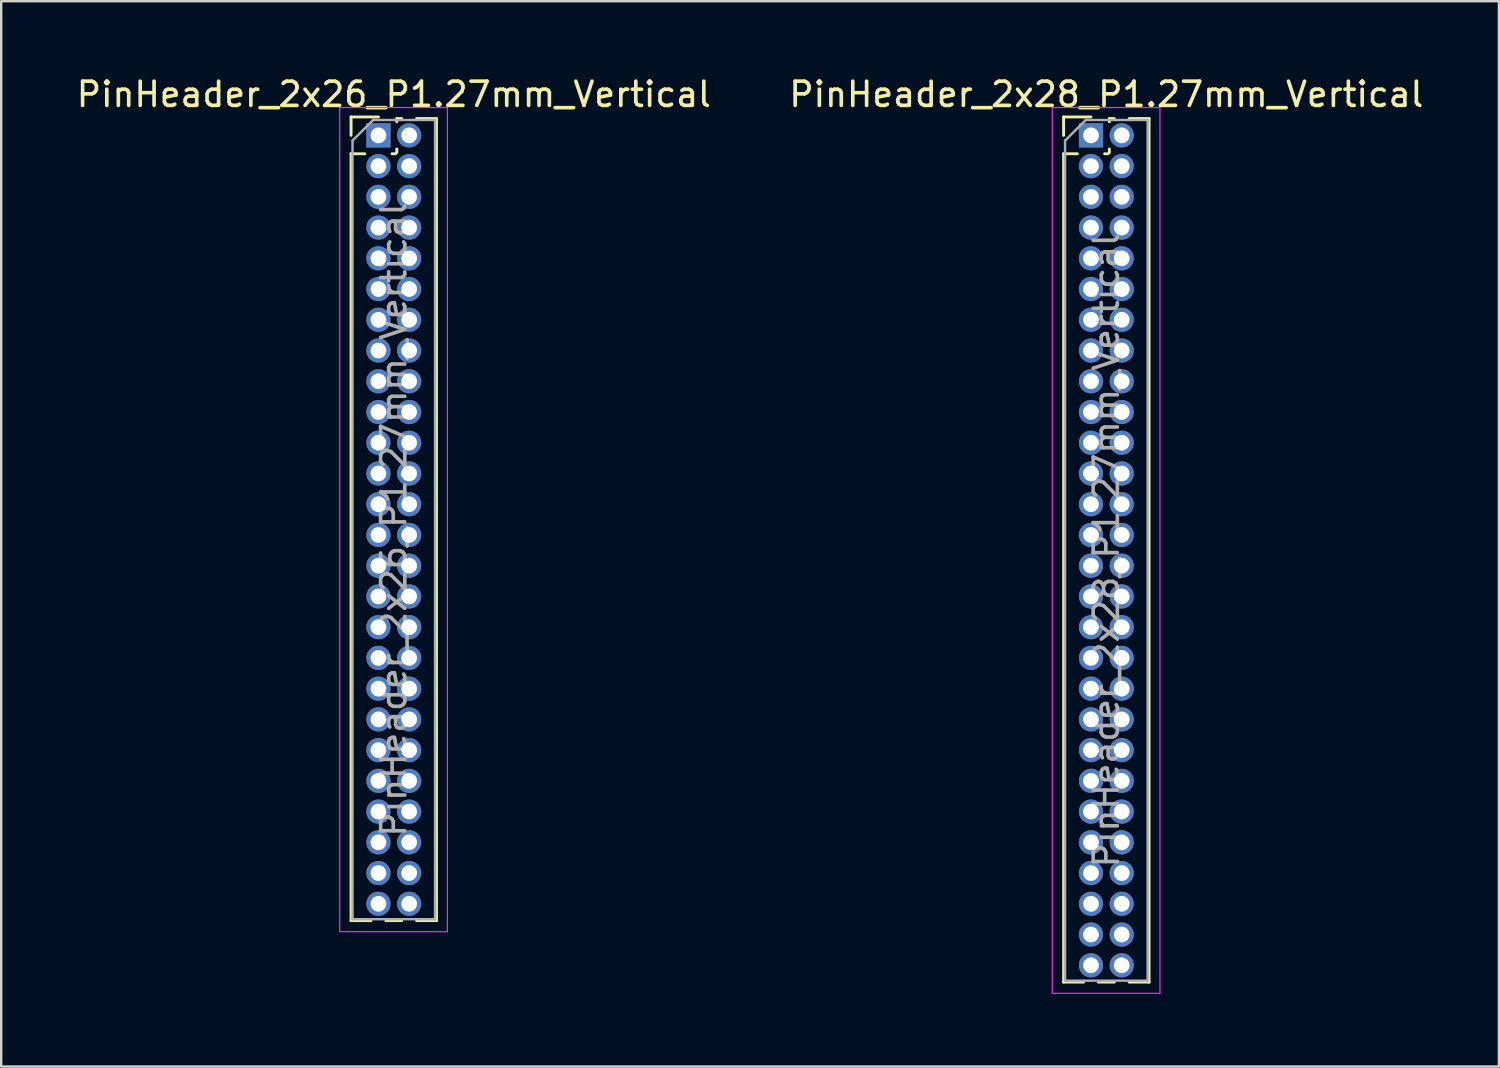
<source format=kicad_pcb>
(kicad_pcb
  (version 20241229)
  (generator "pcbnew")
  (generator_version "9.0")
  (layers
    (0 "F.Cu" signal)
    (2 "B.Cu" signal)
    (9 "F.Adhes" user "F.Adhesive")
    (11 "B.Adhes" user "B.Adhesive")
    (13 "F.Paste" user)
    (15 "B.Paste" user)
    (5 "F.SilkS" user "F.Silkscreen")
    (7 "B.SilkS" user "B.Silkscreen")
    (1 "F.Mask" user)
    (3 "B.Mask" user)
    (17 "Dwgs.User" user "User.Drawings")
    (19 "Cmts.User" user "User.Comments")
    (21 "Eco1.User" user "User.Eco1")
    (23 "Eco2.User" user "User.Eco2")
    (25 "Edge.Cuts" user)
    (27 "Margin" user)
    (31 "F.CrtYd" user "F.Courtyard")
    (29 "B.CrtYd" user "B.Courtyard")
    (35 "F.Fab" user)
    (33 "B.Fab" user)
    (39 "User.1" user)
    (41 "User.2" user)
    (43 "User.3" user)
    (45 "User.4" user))
  (footprint "PinHeader_2x26_P1.27mm_Vertical"
    (layer "F.Cu")
    (at 12.585 2.543)
    (property "Reference" "PinHeader_2x26_P1.27mm_Vertical" (at 0.635 -1.695 0) (layer "F.SilkS") (effects (font (size 1 1) (thickness 0.15))))
    (attr through_hole)
    (fp_line (start -1.13 -0.76) (end 0 -0.76) (stroke (width 0.12) (type solid)) (layer "F.SilkS"))
    (fp_line (start -1.13 0) (end -1.13 -0.76) (stroke (width 0.12) (type solid)) (layer "F.SilkS"))
    (fp_line (start -1.13 0.76) (end -1.13 32.445) (stroke (width 0.12) (type solid)) (layer "F.SilkS"))
    (fp_line (start -1.13 0.76) (end -0.563 0.76) (stroke (width 0.12) (type solid)) (layer "F.SilkS"))
    (fp_line (start -1.13 32.445) (end -0.308 32.445) (stroke (width 0.12) (type solid)) (layer "F.SilkS"))
    (fp_line (start 0.308 32.445) (end 0.962 32.445) (stroke (width 0.12) (type solid)) (layer "F.SilkS"))
    (fp_line (start 0.563 0.76) (end 0.707 0.76) (stroke (width 0.12) (type solid)) (layer "F.SilkS"))
    (fp_line (start 0.76 -0.695) (end 0.962 -0.695) (stroke (width 0.12) (type solid)) (layer "F.SilkS"))
    (fp_line (start 0.76 -0.563) (end 0.76 -0.695) (stroke (width 0.12) (type solid)) (layer "F.SilkS"))
    (fp_line (start 0.76 0.707) (end 0.76 0.563) (stroke (width 0.12) (type solid)) (layer "F.SilkS"))
    (fp_line (start 1.578 -0.695) (end 2.4 -0.695) (stroke (width 0.12) (type solid)) (layer "F.SilkS"))
    (fp_line (start 1.578 32.445) (end 2.4 32.445) (stroke (width 0.12) (type solid)) (layer "F.SilkS"))
    (fp_line (start 2.4 -0.695) (end 2.4 32.445) (stroke (width 0.12) (type solid)) (layer "F.SilkS"))
    (fp_line (start -1.6 -1.15) (end -1.6 32.9) (stroke (width 0.05) (type solid)) (layer "F.CrtYd"))
    (fp_line (start -1.6 32.9) (end 2.85 32.9) (stroke (width 0.05) (type solid)) (layer "F.CrtYd"))
    (fp_line (start 2.85 -1.15) (end -1.6 -1.15) (stroke (width 0.05) (type solid)) (layer "F.CrtYd"))
    (fp_line (start 2.85 32.9) (end 2.85 -1.15) (stroke (width 0.05) (type solid)) (layer "F.CrtYd"))
    (fp_line (start -1.07 0.217) (end -0.217 -0.635) (stroke (width 0.1) (type solid)) (layer "F.Fab"))
    (fp_line (start -1.07 32.385) (end -1.07 0.217) (stroke (width 0.1) (type solid)) (layer "F.Fab"))
    (fp_line (start -0.217 -0.635) (end 2.34 -0.635) (stroke (width 0.1) (type solid)) (layer "F.Fab"))
    (fp_line (start 2.34 -0.635) (end 2.34 32.385) (stroke (width 0.1) (type solid)) (layer "F.Fab"))
    (fp_line (start 2.34 32.385) (end -1.07 32.385) (stroke (width 0.1) (type solid)) (layer "F.Fab"))
    (fp_text user "${REFERENCE}" (at 0.635 15.875 90) (layer "F.Fab") (effects (font (size 1 1) (thickness 0.15))))
    (pad "1" thru_hole rect (at 0 0) (size 1 1) (drill 0.65) (layers "*.Cu" "*.Mask"))
    (pad "2" thru_hole oval (at 1.27 0) (size 1 1) (drill 0.65) (layers "*.Cu" "*.Mask"))
    (pad "3" thru_hole oval (at 0 1.27) (size 1 1) (drill 0.65) (layers "*.Cu" "*.Mask"))
    (pad "4" thru_hole oval (at 1.27 1.27) (size 1 1) (drill 0.65) (layers "*.Cu" "*.Mask"))
    (pad "5" thru_hole oval (at 0 2.54) (size 1 1) (drill 0.65) (layers "*.Cu" "*.Mask"))
    (pad "6" thru_hole oval (at 1.27 2.54) (size 1 1) (drill 0.65) (layers "*.Cu" "*.Mask"))
    (pad "7" thru_hole oval (at 0 3.81) (size 1 1) (drill 0.65) (layers "*.Cu" "*.Mask"))
    (pad "8" thru_hole oval (at 1.27 3.81) (size 1 1) (drill 0.65) (layers "*.Cu" "*.Mask"))
    (pad "9" thru_hole oval (at 0 5.08) (size 1 1) (drill 0.65) (layers "*.Cu" "*.Mask"))
    (pad "10" thru_hole oval (at 1.27 5.08) (size 1 1) (drill 0.65) (layers "*.Cu" "*.Mask"))
    (pad "11" thru_hole oval (at 0 6.35) (size 1 1) (drill 0.65) (layers "*.Cu" "*.Mask"))
    (pad "12" thru_hole oval (at 1.27 6.35) (size 1 1) (drill 0.65) (layers "*.Cu" "*.Mask"))
    (pad "13" thru_hole oval (at 0 7.62) (size 1 1) (drill 0.65) (layers "*.Cu" "*.Mask"))
    (pad "14" thru_hole oval (at 1.27 7.62) (size 1 1) (drill 0.65) (layers "*.Cu" "*.Mask"))
    (pad "15" thru_hole oval (at 0 8.89) (size 1 1) (drill 0.65) (layers "*.Cu" "*.Mask"))
    (pad "16" thru_hole oval (at 1.27 8.89) (size 1 1) (drill 0.65) (layers "*.Cu" "*.Mask"))
    (pad "17" thru_hole oval (at 0 10.16) (size 1 1) (drill 0.65) (layers "*.Cu" "*.Mask"))
    (pad "18" thru_hole oval (at 1.27 10.16) (size 1 1) (drill 0.65) (layers "*.Cu" "*.Mask"))
    (pad "19" thru_hole oval (at 0 11.43) (size 1 1) (drill 0.65) (layers "*.Cu" "*.Mask"))
    (pad "20" thru_hole oval (at 1.27 11.43) (size 1 1) (drill 0.65) (layers "*.Cu" "*.Mask"))
    (pad "21" thru_hole oval (at 0 12.7) (size 1 1) (drill 0.65) (layers "*.Cu" "*.Mask"))
    (pad "22" thru_hole oval (at 1.27 12.7) (size 1 1) (drill 0.65) (layers "*.Cu" "*.Mask"))
    (pad "23" thru_hole oval (at 0 13.97) (size 1 1) (drill 0.65) (layers "*.Cu" "*.Mask"))
    (pad "24" thru_hole oval (at 1.27 13.97) (size 1 1) (drill 0.65) (layers "*.Cu" "*.Mask"))
    (pad "25" thru_hole oval (at 0 15.24) (size 1 1) (drill 0.65) (layers "*.Cu" "*.Mask"))
    (pad "26" thru_hole oval (at 1.27 15.24) (size 1 1) (drill 0.65) (layers "*.Cu" "*.Mask"))
    (pad "27" thru_hole oval (at 0 16.51) (size 1 1) (drill 0.65) (layers "*.Cu" "*.Mask"))
    (pad "28" thru_hole oval (at 1.27 16.51) (size 1 1) (drill 0.65) (layers "*.Cu" "*.Mask"))
    (pad "29" thru_hole oval (at 0 17.78) (size 1 1) (drill 0.65) (layers "*.Cu" "*.Mask"))
    (pad "30" thru_hole oval (at 1.27 17.78) (size 1 1) (drill 0.65) (layers "*.Cu" "*.Mask"))
    (pad "31" thru_hole oval (at 0 19.05) (size 1 1) (drill 0.65) (layers "*.Cu" "*.Mask"))
    (pad "32" thru_hole oval (at 1.27 19.05) (size 1 1) (drill 0.65) (layers "*.Cu" "*.Mask"))
    (pad "33" thru_hole oval (at 0 20.32) (size 1 1) (drill 0.65) (layers "*.Cu" "*.Mask"))
    (pad "34" thru_hole oval (at 1.27 20.32) (size 1 1) (drill 0.65) (layers "*.Cu" "*.Mask"))
    (pad "35" thru_hole oval (at 0 21.59) (size 1 1) (drill 0.65) (layers "*.Cu" "*.Mask"))
    (pad "36" thru_hole oval (at 1.27 21.59) (size 1 1) (drill 0.65) (layers "*.Cu" "*.Mask"))
    (pad "37" thru_hole oval (at 0 22.86) (size 1 1) (drill 0.65) (layers "*.Cu" "*.Mask"))
    (pad "38" thru_hole oval (at 1.27 22.86) (size 1 1) (drill 0.65) (layers "*.Cu" "*.Mask"))
    (pad "39" thru_hole oval (at 0 24.13) (size 1 1) (drill 0.65) (layers "*.Cu" "*.Mask"))
    (pad "40" thru_hole oval (at 1.27 24.13) (size 1 1) (drill 0.65) (layers "*.Cu" "*.Mask"))
    (pad "41" thru_hole oval (at 0 25.4) (size 1 1) (drill 0.65) (layers "*.Cu" "*.Mask"))
    (pad "42" thru_hole oval (at 1.27 25.4) (size 1 1) (drill 0.65) (layers "*.Cu" "*.Mask"))
    (pad "43" thru_hole oval (at 0 26.67) (size 1 1) (drill 0.65) (layers "*.Cu" "*.Mask"))
    (pad "44" thru_hole oval (at 1.27 26.67) (size 1 1) (drill 0.65) (layers "*.Cu" "*.Mask"))
    (pad "45" thru_hole oval (at 0 27.94) (size 1 1) (drill 0.65) (layers "*.Cu" "*.Mask"))
    (pad "46" thru_hole oval (at 1.27 27.94) (size 1 1) (drill 0.65) (layers "*.Cu" "*.Mask"))
    (pad "47" thru_hole oval (at 0 29.21) (size 1 1) (drill 0.65) (layers "*.Cu" "*.Mask"))
    (pad "48" thru_hole oval (at 1.27 29.21) (size 1 1) (drill 0.65) (layers "*.Cu" "*.Mask"))
    (pad "49" thru_hole oval (at 0 30.48) (size 1 1) (drill 0.65) (layers "*.Cu" "*.Mask"))
    (pad "50" thru_hole oval (at 1.27 30.48) (size 1 1) (drill 0.65) (layers "*.Cu" "*.Mask"))
    (pad "51" thru_hole oval (at 0 31.75) (size 1 1) (drill 0.65) (layers "*.Cu" "*.Mask"))
    (pad "52" thru_hole oval (at 1.27 31.75) (size 1 1) (drill 0.65) (layers "*.Cu" "*.Mask")))
  (footprint "PinHeader_2x28_P1.27mm_Vertical"
    (layer "F.Cu")
    (at 42.026 2.543)
    (property "Reference" "PinHeader_2x28_P1.27mm_Vertical" (at 0.635 -1.695 0) (layer "F.SilkS") (effects (font (size 1 1) (thickness 0.15))))
    (attr through_hole)
    (fp_line (start -1.13 -0.76) (end 0 -0.76) (stroke (width 0.12) (type solid)) (layer "F.SilkS"))
    (fp_line (start -1.13 0) (end -1.13 -0.76) (stroke (width 0.12) (type solid)) (layer "F.SilkS"))
    (fp_line (start -1.13 0.76) (end -1.13 34.985) (stroke (width 0.12) (type solid)) (layer "F.SilkS"))
    (fp_line (start -1.13 0.76) (end -0.563 0.76) (stroke (width 0.12) (type solid)) (layer "F.SilkS"))
    (fp_line (start -1.13 34.985) (end -0.308 34.985) (stroke (width 0.12) (type solid)) (layer "F.SilkS"))
    (fp_line (start 0.308 34.985) (end 0.962 34.985) (stroke (width 0.12) (type solid)) (layer "F.SilkS"))
    (fp_line (start 0.563 0.76) (end 0.707 0.76) (stroke (width 0.12) (type solid)) (layer "F.SilkS"))
    (fp_line (start 0.76 -0.695) (end 0.962 -0.695) (stroke (width 0.12) (type solid)) (layer "F.SilkS"))
    (fp_line (start 0.76 -0.563) (end 0.76 -0.695) (stroke (width 0.12) (type solid)) (layer "F.SilkS"))
    (fp_line (start 0.76 0.707) (end 0.76 0.563) (stroke (width 0.12) (type solid)) (layer "F.SilkS"))
    (fp_line (start 1.578 -0.695) (end 2.4 -0.695) (stroke (width 0.12) (type solid)) (layer "F.SilkS"))
    (fp_line (start 1.578 34.985) (end 2.4 34.985) (stroke (width 0.12) (type solid)) (layer "F.SilkS"))
    (fp_line (start 2.4 -0.695) (end 2.4 34.985) (stroke (width 0.12) (type solid)) (layer "F.SilkS"))
    (fp_line (start -1.6 -1.15) (end -1.6 35.45) (stroke (width 0.05) (type solid)) (layer "F.CrtYd"))
    (fp_line (start -1.6 35.45) (end 2.85 35.45) (stroke (width 0.05) (type solid)) (layer "F.CrtYd"))
    (fp_line (start 2.85 -1.15) (end -1.6 -1.15) (stroke (width 0.05) (type solid)) (layer "F.CrtYd"))
    (fp_line (start 2.85 35.45) (end 2.85 -1.15) (stroke (width 0.05) (type solid)) (layer "F.CrtYd"))
    (fp_line (start -1.07 0.217) (end -0.217 -0.635) (stroke (width 0.1) (type solid)) (layer "F.Fab"))
    (fp_line (start -1.07 34.925) (end -1.07 0.217) (stroke (width 0.1) (type solid)) (layer "F.Fab"))
    (fp_line (start -0.217 -0.635) (end 2.34 -0.635) (stroke (width 0.1) (type solid)) (layer "F.Fab"))
    (fp_line (start 2.34 -0.635) (end 2.34 34.925) (stroke (width 0.1) (type solid)) (layer "F.Fab"))
    (fp_line (start 2.34 34.925) (end -1.07 34.925) (stroke (width 0.1) (type solid)) (layer "F.Fab"))
    (fp_text user "${REFERENCE}" (at 0.635 17.145 90) (layer "F.Fab") (effects (font (size 1 1) (thickness 0.15))))
    (pad "1" thru_hole rect (at 0 0) (size 1 1) (drill 0.65) (layers "*.Cu" "*.Mask"))
    (pad "2" thru_hole oval (at 1.27 0) (size 1 1) (drill 0.65) (layers "*.Cu" "*.Mask"))
    (pad "3" thru_hole oval (at 0 1.27) (size 1 1) (drill 0.65) (layers "*.Cu" "*.Mask"))
    (pad "4" thru_hole oval (at 1.27 1.27) (size 1 1) (drill 0.65) (layers "*.Cu" "*.Mask"))
    (pad "5" thru_hole oval (at 0 2.54) (size 1 1) (drill 0.65) (layers "*.Cu" "*.Mask"))
    (pad "6" thru_hole oval (at 1.27 2.54) (size 1 1) (drill 0.65) (layers "*.Cu" "*.Mask"))
    (pad "7" thru_hole oval (at 0 3.81) (size 1 1) (drill 0.65) (layers "*.Cu" "*.Mask"))
    (pad "8" thru_hole oval (at 1.27 3.81) (size 1 1) (drill 0.65) (layers "*.Cu" "*.Mask"))
    (pad "9" thru_hole oval (at 0 5.08) (size 1 1) (drill 0.65) (layers "*.Cu" "*.Mask"))
    (pad "10" thru_hole oval (at 1.27 5.08) (size 1 1) (drill 0.65) (layers "*.Cu" "*.Mask"))
    (pad "11" thru_hole oval (at 0 6.35) (size 1 1) (drill 0.65) (layers "*.Cu" "*.Mask"))
    (pad "12" thru_hole oval (at 1.27 6.35) (size 1 1) (drill 0.65) (layers "*.Cu" "*.Mask"))
    (pad "13" thru_hole oval (at 0 7.62) (size 1 1) (drill 0.65) (layers "*.Cu" "*.Mask"))
    (pad "14" thru_hole oval (at 1.27 7.62) (size 1 1) (drill 0.65) (layers "*.Cu" "*.Mask"))
    (pad "15" thru_hole oval (at 0 8.89) (size 1 1) (drill 0.65) (layers "*.Cu" "*.Mask"))
    (pad "16" thru_hole oval (at 1.27 8.89) (size 1 1) (drill 0.65) (layers "*.Cu" "*.Mask"))
    (pad "17" thru_hole oval (at 0 10.16) (size 1 1) (drill 0.65) (layers "*.Cu" "*.Mask"))
    (pad "18" thru_hole oval (at 1.27 10.16) (size 1 1) (drill 0.65) (layers "*.Cu" "*.Mask"))
    (pad "19" thru_hole oval (at 0 11.43) (size 1 1) (drill 0.65) (layers "*.Cu" "*.Mask"))
    (pad "20" thru_hole oval (at 1.27 11.43) (size 1 1) (drill 0.65) (layers "*.Cu" "*.Mask"))
    (pad "21" thru_hole oval (at 0 12.7) (size 1 1) (drill 0.65) (layers "*.Cu" "*.Mask"))
    (pad "22" thru_hole oval (at 1.27 12.7) (size 1 1) (drill 0.65) (layers "*.Cu" "*.Mask"))
    (pad "23" thru_hole oval (at 0 13.97) (size 1 1) (drill 0.65) (layers "*.Cu" "*.Mask"))
    (pad "24" thru_hole oval (at 1.27 13.97) (size 1 1) (drill 0.65) (layers "*.Cu" "*.Mask"))
    (pad "25" thru_hole oval (at 0 15.24) (size 1 1) (drill 0.65) (layers "*.Cu" "*.Mask"))
    (pad "26" thru_hole oval (at 1.27 15.24) (size 1 1) (drill 0.65) (layers "*.Cu" "*.Mask"))
    (pad "27" thru_hole oval (at 0 16.51) (size 1 1) (drill 0.65) (layers "*.Cu" "*.Mask"))
    (pad "28" thru_hole oval (at 1.27 16.51) (size 1 1) (drill 0.65) (layers "*.Cu" "*.Mask"))
    (pad "29" thru_hole oval (at 0 17.78) (size 1 1) (drill 0.65) (layers "*.Cu" "*.Mask"))
    (pad "30" thru_hole oval (at 1.27 17.78) (size 1 1) (drill 0.65) (layers "*.Cu" "*.Mask"))
    (pad "31" thru_hole oval (at 0 19.05) (size 1 1) (drill 0.65) (layers "*.Cu" "*.Mask"))
    (pad "32" thru_hole oval (at 1.27 19.05) (size 1 1) (drill 0.65) (layers "*.Cu" "*.Mask"))
    (pad "33" thru_hole oval (at 0 20.32) (size 1 1) (drill 0.65) (layers "*.Cu" "*.Mask"))
    (pad "34" thru_hole oval (at 1.27 20.32) (size 1 1) (drill 0.65) (layers "*.Cu" "*.Mask"))
    (pad "35" thru_hole oval (at 0 21.59) (size 1 1) (drill 0.65) (layers "*.Cu" "*.Mask"))
    (pad "36" thru_hole oval (at 1.27 21.59) (size 1 1) (drill 0.65) (layers "*.Cu" "*.Mask"))
    (pad "37" thru_hole oval (at 0 22.86) (size 1 1) (drill 0.65) (layers "*.Cu" "*.Mask"))
    (pad "38" thru_hole oval (at 1.27 22.86) (size 1 1) (drill 0.65) (layers "*.Cu" "*.Mask"))
    (pad "39" thru_hole oval (at 0 24.13) (size 1 1) (drill 0.65) (layers "*.Cu" "*.Mask"))
    (pad "40" thru_hole oval (at 1.27 24.13) (size 1 1) (drill 0.65) (layers "*.Cu" "*.Mask"))
    (pad "41" thru_hole oval (at 0 25.4) (size 1 1) (drill 0.65) (layers "*.Cu" "*.Mask"))
    (pad "42" thru_hole oval (at 1.27 25.4) (size 1 1) (drill 0.65) (layers "*.Cu" "*.Mask"))
    (pad "43" thru_hole oval (at 0 26.67) (size 1 1) (drill 0.65) (layers "*.Cu" "*.Mask"))
    (pad "44" thru_hole oval (at 1.27 26.67) (size 1 1) (drill 0.65) (layers "*.Cu" "*.Mask"))
    (pad "45" thru_hole oval (at 0 27.94) (size 1 1) (drill 0.65) (layers "*.Cu" "*.Mask"))
    (pad "46" thru_hole oval (at 1.27 27.94) (size 1 1) (drill 0.65) (layers "*.Cu" "*.Mask"))
    (pad "47" thru_hole oval (at 0 29.21) (size 1 1) (drill 0.65) (layers "*.Cu" "*.Mask"))
    (pad "48" thru_hole oval (at 1.27 29.21) (size 1 1) (drill 0.65) (layers "*.Cu" "*.Mask"))
    (pad "49" thru_hole oval (at 0 30.48) (size 1 1) (drill 0.65) (layers "*.Cu" "*.Mask"))
    (pad "50" thru_hole oval (at 1.27 30.48) (size 1 1) (drill 0.65) (layers "*.Cu" "*.Mask"))
    (pad "51" thru_hole oval (at 0 31.75) (size 1 1) (drill 0.65) (layers "*.Cu" "*.Mask"))
    (pad "52" thru_hole oval (at 1.27 31.75) (size 1 1) (drill 0.65) (layers "*.Cu" "*.Mask"))
    (pad "53" thru_hole oval (at 0 33.02) (size 1 1) (drill 0.65) (layers "*.Cu" "*.Mask"))
    (pad "54" thru_hole oval (at 1.27 33.02) (size 1 1) (drill 0.65) (layers "*.Cu" "*.Mask"))
    (pad "55" thru_hole oval (at 0 34.29) (size 1 1) (drill 0.65) (layers "*.Cu" "*.Mask"))
    (pad "56" thru_hole oval (at 1.27 34.29) (size 1 1) (drill 0.65) (layers "*.Cu" "*.Mask")))
  (gr_rect
    (start -3 -3)
    (end 58.881 41.018)
    (stroke (width 0.1) (type default))
    (fill no)
    (layer "Edge.Cuts")))
</source>
